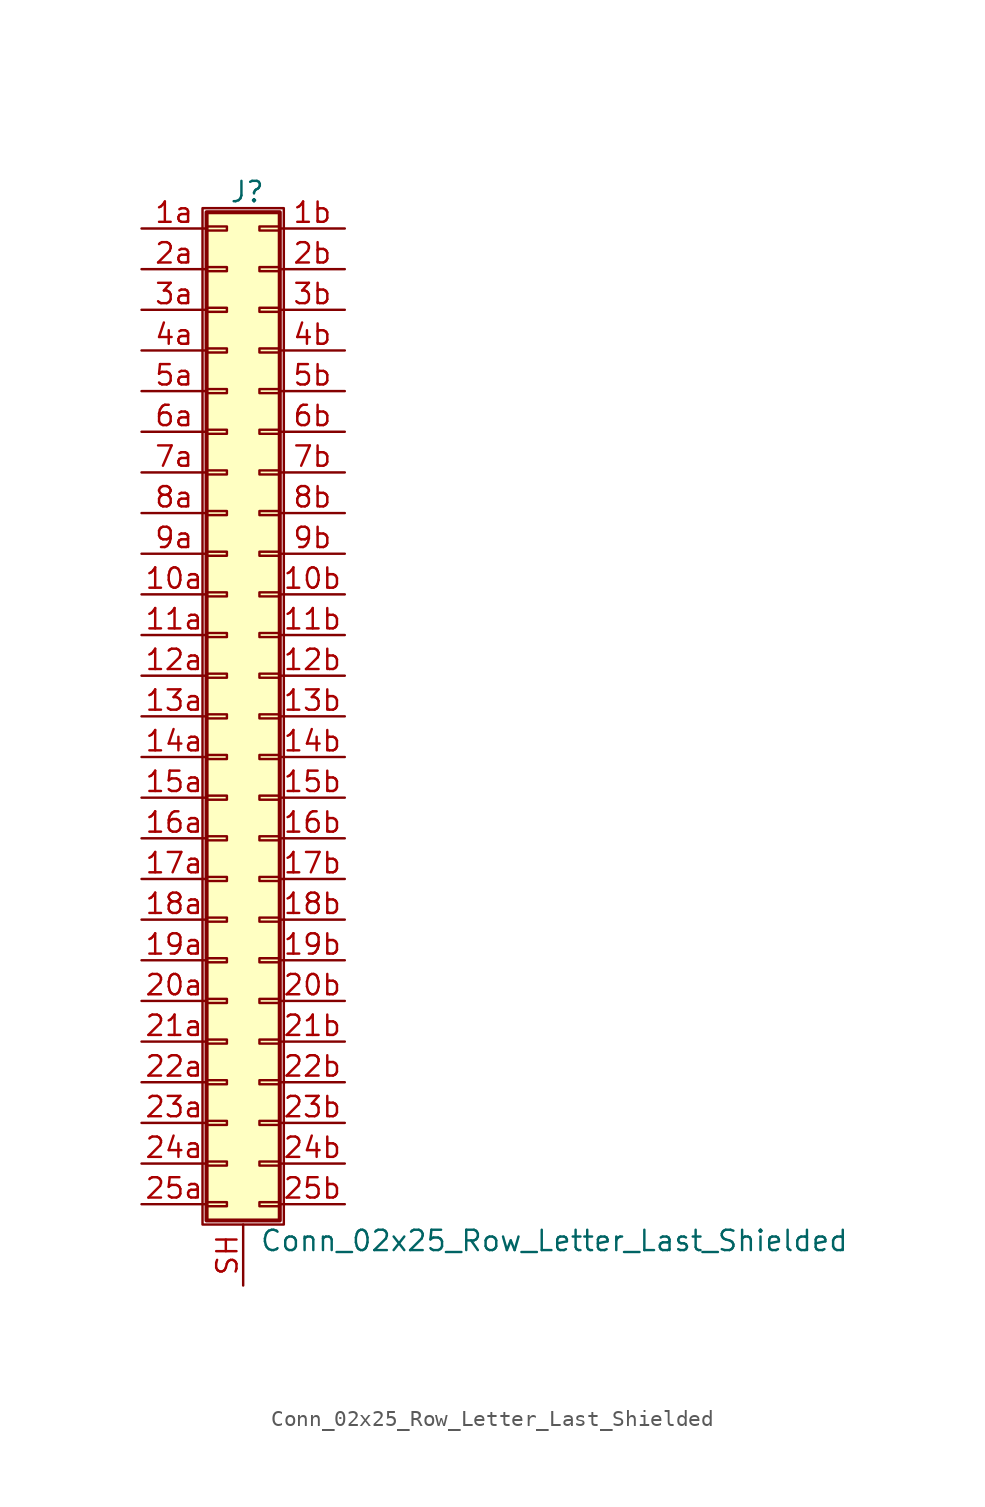
<source format=kicad_sym>
(kicad_symbol_lib
  (version 20211014)
  (generator kicad_symbol_editor)
  (symbol "Conn_02x25_Row_Letter_Last_Shielded"
    (pin_names
      (offset 1.016) hide)
    (property "Reference" "J"
      (at 1.524 32.766 0)
      (effects (font (size 1.27 1.27))))
    (property "Value" "Conn_02x25_Row_Letter_Last_Shielded"
      (at 2.286 -32.766 0)
      (effects (font (size 1.27 1.27)) (justify left)))
    (symbol "Conn_02x25_Row_Letter_Last_Shielded_1_1"
      (rectangle (start -1.27 31.75) (end 3.81 -31.75) (stroke (width 0.152) (type default) (color 0 0 0 0)) (fill (type none)))
      (rectangle (start -1.016 -30.353) (end 0.254 -30.607) (stroke (width 0.152) (type default) (color 0 0 0 0)) (fill (type none)))
      (rectangle (start -1.016 -27.813) (end 0.254 -28.067) (stroke (width 0.152) (type default) (color 0 0 0 0)) (fill (type none)))
      (rectangle (start -1.016 -25.273) (end 0.254 -25.527) (stroke (width 0.152) (type default) (color 0 0 0 0)) (fill (type none)))
      (rectangle (start -1.016 -22.733) (end 0.254 -22.987) (stroke (width 0.152) (type default) (color 0 0 0 0)) (fill (type none)))
      (rectangle (start -1.016 -20.193) (end 0.254 -20.447) (stroke (width 0.152) (type default) (color 0 0 0 0)) (fill (type none)))
      (rectangle (start -1.016 -17.653) (end 0.254 -17.907) (stroke (width 0.152) (type default) (color 0 0 0 0)) (fill (type none)))
      (rectangle (start -1.016 -15.113) (end 0.254 -15.367) (stroke (width 0.152) (type default) (color 0 0 0 0)) (fill (type none)))
      (rectangle (start -1.016 -12.573) (end 0.254 -12.827) (stroke (width 0.152) (type default) (color 0 0 0 0)) (fill (type none)))
      (rectangle (start -1.016 -10.033) (end 0.254 -10.287) (stroke (width 0.152) (type default) (color 0 0 0 0)) (fill (type none)))
      (rectangle (start -1.016 -7.493) (end 0.254 -7.747) (stroke (width 0.152) (type default) (color 0 0 0 0)) (fill (type none)))
      (rectangle (start -1.016 -4.953) (end 0.254 -5.207) (stroke (width 0.152) (type default) (color 0 0 0 0)) (fill (type none)))
      (rectangle (start -1.016 -2.413) (end 0.254 -2.667) (stroke (width 0.152) (type default) (color 0 0 0 0)) (fill (type none)))
      (rectangle (start -1.016 0.127) (end 0.254 -0.127) (stroke (width 0.152) (type default) (color 0 0 0 0)) (fill (type none)))
      (rectangle (start -1.016 2.667) (end 0.254 2.413) (stroke (width 0.152) (type default) (color 0 0 0 0)) (fill (type none)))
      (rectangle (start -1.016 5.207) (end 0.254 4.953) (stroke (width 0.152) (type default) (color 0 0 0 0)) (fill (type none)))
      (rectangle (start -1.016 7.747) (end 0.254 7.493) (stroke (width 0.152) (type default) (color 0 0 0 0)) (fill (type none)))
      (rectangle (start -1.016 10.287) (end 0.254 10.033) (stroke (width 0.152) (type default) (color 0 0 0 0)) (fill (type none)))
      (rectangle (start -1.016 12.827) (end 0.254 12.573) (stroke (width 0.152) (type default) (color 0 0 0 0)) (fill (type none)))
      (rectangle (start -1.016 15.367) (end 0.254 15.113) (stroke (width 0.152) (type default) (color 0 0 0 0)) (fill (type none)))
      (rectangle (start -1.016 17.907) (end 0.254 17.653) (stroke (width 0.152) (type default) (color 0 0 0 0)) (fill (type none)))
      (rectangle (start -1.016 20.447) (end 0.254 20.193) (stroke (width 0.152) (type default) (color 0 0 0 0)) (fill (type none)))
      (rectangle (start -1.016 22.987) (end 0.254 22.733) (stroke (width 0.152) (type default) (color 0 0 0 0)) (fill (type none)))
      (rectangle (start -1.016 25.527) (end 0.254 25.273) (stroke (width 0.152) (type default) (color 0 0 0 0)) (fill (type none)))
      (rectangle (start -1.016 28.067) (end 0.254 27.813) (stroke (width 0.152) (type default) (color 0 0 0 0)) (fill (type none)))
      (rectangle (start -1.016 30.607) (end 0.254 30.353) (stroke (width 0.152) (type default) (color 0 0 0 0)) (fill (type none)))
      (rectangle (start -1.016 31.496) (end 3.556 -31.496) (stroke (width 0.254) (type default) (color 0 0 0 0)) (fill (type background)))
      (rectangle (start 3.556 -30.353) (end 2.286 -30.607) (stroke (width 0.152) (type default) (color 0 0 0 0)) (fill (type none)))
      (rectangle (start 3.556 -27.813) (end 2.286 -28.067) (stroke (width 0.152) (type default) (color 0 0 0 0)) (fill (type none)))
      (rectangle (start 3.556 -25.273) (end 2.286 -25.527) (stroke (width 0.152) (type default) (color 0 0 0 0)) (fill (type none)))
      (rectangle (start 3.556 -22.733) (end 2.286 -22.987) (stroke (width 0.152) (type default) (color 0 0 0 0)) (fill (type none)))
      (rectangle (start 3.556 -20.193) (end 2.286 -20.447) (stroke (width 0.152) (type default) (color 0 0 0 0)) (fill (type none)))
      (rectangle (start 3.556 -17.653) (end 2.286 -17.907) (stroke (width 0.152) (type default) (color 0 0 0 0)) (fill (type none)))
      (rectangle (start 3.556 -15.113) (end 2.286 -15.367) (stroke (width 0.152) (type default) (color 0 0 0 0)) (fill (type none)))
      (rectangle (start 3.556 -12.573) (end 2.286 -12.827) (stroke (width 0.152) (type default) (color 0 0 0 0)) (fill (type none)))
      (rectangle (start 3.556 -10.033) (end 2.286 -10.287) (stroke (width 0.152) (type default) (color 0 0 0 0)) (fill (type none)))
      (rectangle (start 3.556 -7.493) (end 2.286 -7.747) (stroke (width 0.152) (type default) (color 0 0 0 0)) (fill (type none)))
      (rectangle (start 3.556 -4.953) (end 2.286 -5.207) (stroke (width 0.152) (type default) (color 0 0 0 0)) (fill (type none)))
      (rectangle (start 3.556 -2.413) (end 2.286 -2.667) (stroke (width 0.152) (type default) (color 0 0 0 0)) (fill (type none)))
      (rectangle (start 3.556 0.127) (end 2.286 -0.127) (stroke (width 0.152) (type default) (color 0 0 0 0)) (fill (type none)))
      (rectangle (start 3.556 2.667) (end 2.286 2.413) (stroke (width 0.152) (type default) (color 0 0 0 0)) (fill (type none)))
      (rectangle (start 3.556 5.207) (end 2.286 4.953) (stroke (width 0.152) (type default) (color 0 0 0 0)) (fill (type none)))
      (rectangle (start 3.556 7.747) (end 2.286 7.493) (stroke (width 0.152) (type default) (color 0 0 0 0)) (fill (type none)))
      (rectangle (start 3.556 10.287) (end 2.286 10.033) (stroke (width 0.152) (type default) (color 0 0 0 0)) (fill (type none)))
      (rectangle (start 3.556 12.827) (end 2.286 12.573) (stroke (width 0.152) (type default) (color 0 0 0 0)) (fill (type none)))
      (rectangle (start 3.556 15.367) (end 2.286 15.113) (stroke (width 0.152) (type default) (color 0 0 0 0)) (fill (type none)))
      (rectangle (start 3.556 17.907) (end 2.286 17.653) (stroke (width 0.152) (type default) (color 0 0 0 0)) (fill (type none)))
      (rectangle (start 3.556 20.447) (end 2.286 20.193) (stroke (width 0.152) (type default) (color 0 0 0 0)) (fill (type none)))
      (rectangle (start 3.556 22.987) (end 2.286 22.733) (stroke (width 0.152) (type default) (color 0 0 0 0)) (fill (type none)))
      (rectangle (start 3.556 25.527) (end 2.286 25.273) (stroke (width 0.152) (type default) (color 0 0 0 0)) (fill (type none)))
      (rectangle (start 3.556 28.067) (end 2.286 27.813) (stroke (width 0.152) (type default) (color 0 0 0 0)) (fill (type none)))
      (rectangle (start 3.556 30.607) (end 2.286 30.353) (stroke (width 0.152) (type default) (color 0 0 0 0)) (fill (type none)))
      (pin passive line (at -5.08 7.62 0) (length 4.064) (name "Pin_10a" (effects (font (size 1.27 1.27)))) (number "10a" (effects (font (size 1.27 1.27)))))
      (pin passive line (at 7.62 7.62 180) (length 4.064) (name "Pin_10b" (effects (font (size 1.27 1.27)))) (number "10b" (effects (font (size 1.27 1.27)))))
      (pin passive line (at -5.08 5.08 0) (length 4.064) (name "Pin_11a" (effects (font (size 1.27 1.27)))) (number "11a" (effects (font (size 1.27 1.27)))))
      (pin passive line (at 7.62 5.08 180) (length 4.064) (name "Pin_11b" (effects (font (size 1.27 1.27)))) (number "11b" (effects (font (size 1.27 1.27)))))
      (pin passive line (at -5.08 2.54 0) (length 4.064) (name "Pin_12a" (effects (font (size 1.27 1.27)))) (number "12a" (effects (font (size 1.27 1.27)))))
      (pin passive line (at 7.62 2.54 180) (length 4.064) (name "Pin_12b" (effects (font (size 1.27 1.27)))) (number "12b" (effects (font (size 1.27 1.27)))))
      (pin passive line (at -5.08 0 0) (length 4.064) (name "Pin_13a" (effects (font (size 1.27 1.27)))) (number "13a" (effects (font (size 1.27 1.27)))))
      (pin passive line (at 7.62 0 180) (length 4.064) (name "Pin_13b" (effects (font (size 1.27 1.27)))) (number "13b" (effects (font (size 1.27 1.27)))))
      (pin passive line (at -5.08 -2.54 0) (length 4.064) (name "Pin_14a" (effects (font (size 1.27 1.27)))) (number "14a" (effects (font (size 1.27 1.27)))))
      (pin passive line (at 7.62 -2.54 180) (length 4.064) (name "Pin_14b" (effects (font (size 1.27 1.27)))) (number "14b" (effects (font (size 1.27 1.27)))))
      (pin passive line (at -5.08 -5.08 0) (length 4.064) (name "Pin_15a" (effects (font (size 1.27 1.27)))) (number "15a" (effects (font (size 1.27 1.27)))))
      (pin passive line (at 7.62 -5.08 180) (length 4.064) (name "Pin_15b" (effects (font (size 1.27 1.27)))) (number "15b" (effects (font (size 1.27 1.27)))))
      (pin passive line (at -5.08 -7.62 0) (length 4.064) (name "Pin_16a" (effects (font (size 1.27 1.27)))) (number "16a" (effects (font (size 1.27 1.27)))))
      (pin passive line (at 7.62 -7.62 180) (length 4.064) (name "Pin_16b" (effects (font (size 1.27 1.27)))) (number "16b" (effects (font (size 1.27 1.27)))))
      (pin passive line (at -5.08 -10.16 0) (length 4.064) (name "Pin_17a" (effects (font (size 1.27 1.27)))) (number "17a" (effects (font (size 1.27 1.27)))))
      (pin passive line (at 7.62 -10.16 180) (length 4.064) (name "Pin_17b" (effects (font (size 1.27 1.27)))) (number "17b" (effects (font (size 1.27 1.27)))))
      (pin passive line (at -5.08 -12.7 0) (length 4.064) (name "Pin_18a" (effects (font (size 1.27 1.27)))) (number "18a" (effects (font (size 1.27 1.27)))))
      (pin passive line (at 7.62 -12.7 180) (length 4.064) (name "Pin_18b" (effects (font (size 1.27 1.27)))) (number "18b" (effects (font (size 1.27 1.27)))))
      (pin passive line (at -5.08 -15.24 0) (length 4.064) (name "Pin_19a" (effects (font (size 1.27 1.27)))) (number "19a" (effects (font (size 1.27 1.27)))))
      (pin passive line (at 7.62 -15.24 180) (length 4.064) (name "Pin_19b" (effects (font (size 1.27 1.27)))) (number "19b" (effects (font (size 1.27 1.27)))))
      (pin passive line (at -5.08 30.48 0) (length 4.064) (name "Pin_1a" (effects (font (size 1.27 1.27)))) (number "1a" (effects (font (size 1.27 1.27)))))
      (pin passive line (at 7.62 30.48 180) (length 4.064) (name "Pin_1b" (effects (font (size 1.27 1.27)))) (number "1b" (effects (font (size 1.27 1.27)))))
      (pin passive line (at -5.08 -17.78 0) (length 4.064) (name "Pin_20a" (effects (font (size 1.27 1.27)))) (number "20a" (effects (font (size 1.27 1.27)))))
      (pin passive line (at 7.62 -17.78 180) (length 4.064) (name "Pin_20b" (effects (font (size 1.27 1.27)))) (number "20b" (effects (font (size 1.27 1.27)))))
      (pin passive line (at -5.08 -20.32 0) (length 4.064) (name "Pin_21a" (effects (font (size 1.27 1.27)))) (number "21a" (effects (font (size 1.27 1.27)))))
      (pin passive line (at 7.62 -20.32 180) (length 4.064) (name "Pin_21b" (effects (font (size 1.27 1.27)))) (number "21b" (effects (font (size 1.27 1.27)))))
      (pin passive line (at -5.08 -22.86 0) (length 4.064) (name "Pin_22a" (effects (font (size 1.27 1.27)))) (number "22a" (effects (font (size 1.27 1.27)))))
      (pin passive line (at 7.62 -22.86 180) (length 4.064) (name "Pin_22b" (effects (font (size 1.27 1.27)))) (number "22b" (effects (font (size 1.27 1.27)))))
      (pin passive line (at -5.08 -25.4 0) (length 4.064) (name "Pin_23a" (effects (font (size 1.27 1.27)))) (number "23a" (effects (font (size 1.27 1.27)))))
      (pin passive line (at 7.62 -25.4 180) (length 4.064) (name "Pin_23b" (effects (font (size 1.27 1.27)))) (number "23b" (effects (font (size 1.27 1.27)))))
      (pin passive line (at -5.08 -27.94 0) (length 4.064) (name "Pin_24a" (effects (font (size 1.27 1.27)))) (number "24a" (effects (font (size 1.27 1.27)))))
      (pin passive line (at 7.62 -27.94 180) (length 4.064) (name "Pin_24b" (effects (font (size 1.27 1.27)))) (number "24b" (effects (font (size 1.27 1.27)))))
      (pin passive line (at -5.08 -30.48 0) (length 4.064) (name "Pin_25a" (effects (font (size 1.27 1.27)))) (number "25a" (effects (font (size 1.27 1.27)))))
      (pin passive line (at 7.62 -30.48 180) (length 4.064) (name "Pin_25b" (effects (font (size 1.27 1.27)))) (number "25b" (effects (font (size 1.27 1.27)))))
      (pin passive line (at -5.08 27.94 0) (length 4.064) (name "Pin_2a" (effects (font (size 1.27 1.27)))) (number "2a" (effects (font (size 1.27 1.27)))))
      (pin passive line (at 7.62 27.94 180) (length 4.064) (name "Pin_2b" (effects (font (size 1.27 1.27)))) (number "2b" (effects (font (size 1.27 1.27)))))
      (pin passive line (at -5.08 25.4 0) (length 4.064) (name "Pin_3a" (effects (font (size 1.27 1.27)))) (number "3a" (effects (font (size 1.27 1.27)))))
      (pin passive line (at 7.62 25.4 180) (length 4.064) (name "Pin_3b" (effects (font (size 1.27 1.27)))) (number "3b" (effects (font (size 1.27 1.27)))))
      (pin passive line (at -5.08 22.86 0) (length 4.064) (name "Pin_4a" (effects (font (size 1.27 1.27)))) (number "4a" (effects (font (size 1.27 1.27)))))
      (pin passive line (at 7.62 22.86 180) (length 4.064) (name "Pin_4b" (effects (font (size 1.27 1.27)))) (number "4b" (effects (font (size 1.27 1.27)))))
      (pin passive line (at -5.08 20.32 0) (length 4.064) (name "Pin_5a" (effects (font (size 1.27 1.27)))) (number "5a" (effects (font (size 1.27 1.27)))))
      (pin passive line (at 7.62 20.32 180) (length 4.064) (name "Pin_5b" (effects (font (size 1.27 1.27)))) (number "5b" (effects (font (size 1.27 1.27)))))
      (pin passive line (at -5.08 17.78 0) (length 4.064) (name "Pin_6a" (effects (font (size 1.27 1.27)))) (number "6a" (effects (font (size 1.27 1.27)))))
      (pin passive line (at 7.62 17.78 180) (length 4.064) (name "Pin_6b" (effects (font (size 1.27 1.27)))) (number "6b" (effects (font (size 1.27 1.27)))))
      (pin passive line (at -5.08 15.24 0) (length 4.064) (name "Pin_7a" (effects (font (size 1.27 1.27)))) (number "7a" (effects (font (size 1.27 1.27)))))
      (pin passive line (at 7.62 15.24 180) (length 4.064) (name "Pin_7b" (effects (font (size 1.27 1.27)))) (number "7b" (effects (font (size 1.27 1.27)))))
      (pin passive line (at -5.08 12.7 0) (length 4.064) (name "Pin_8a" (effects (font (size 1.27 1.27)))) (number "8a" (effects (font (size 1.27 1.27)))))
      (pin passive line (at 7.62 12.7 180) (length 4.064) (name "Pin_8b" (effects (font (size 1.27 1.27)))) (number "8b" (effects (font (size 1.27 1.27)))))
      (pin passive line (at -5.08 10.16 0) (length 4.064) (name "Pin_9a" (effects (font (size 1.27 1.27)))) (number "9a" (effects (font (size 1.27 1.27)))))
      (pin passive line (at 7.62 10.16 180) (length 4.064) (name "Pin_9b" (effects (font (size 1.27 1.27)))) (number "9b" (effects (font (size 1.27 1.27)))))
      (pin passive line (at 1.27 -35.56 90) (length 3.81) (name "Shield" (effects (font (size 1.27 1.27)))) (number "SH" (effects (font (size 1.27 1.27))))))))
</source>
